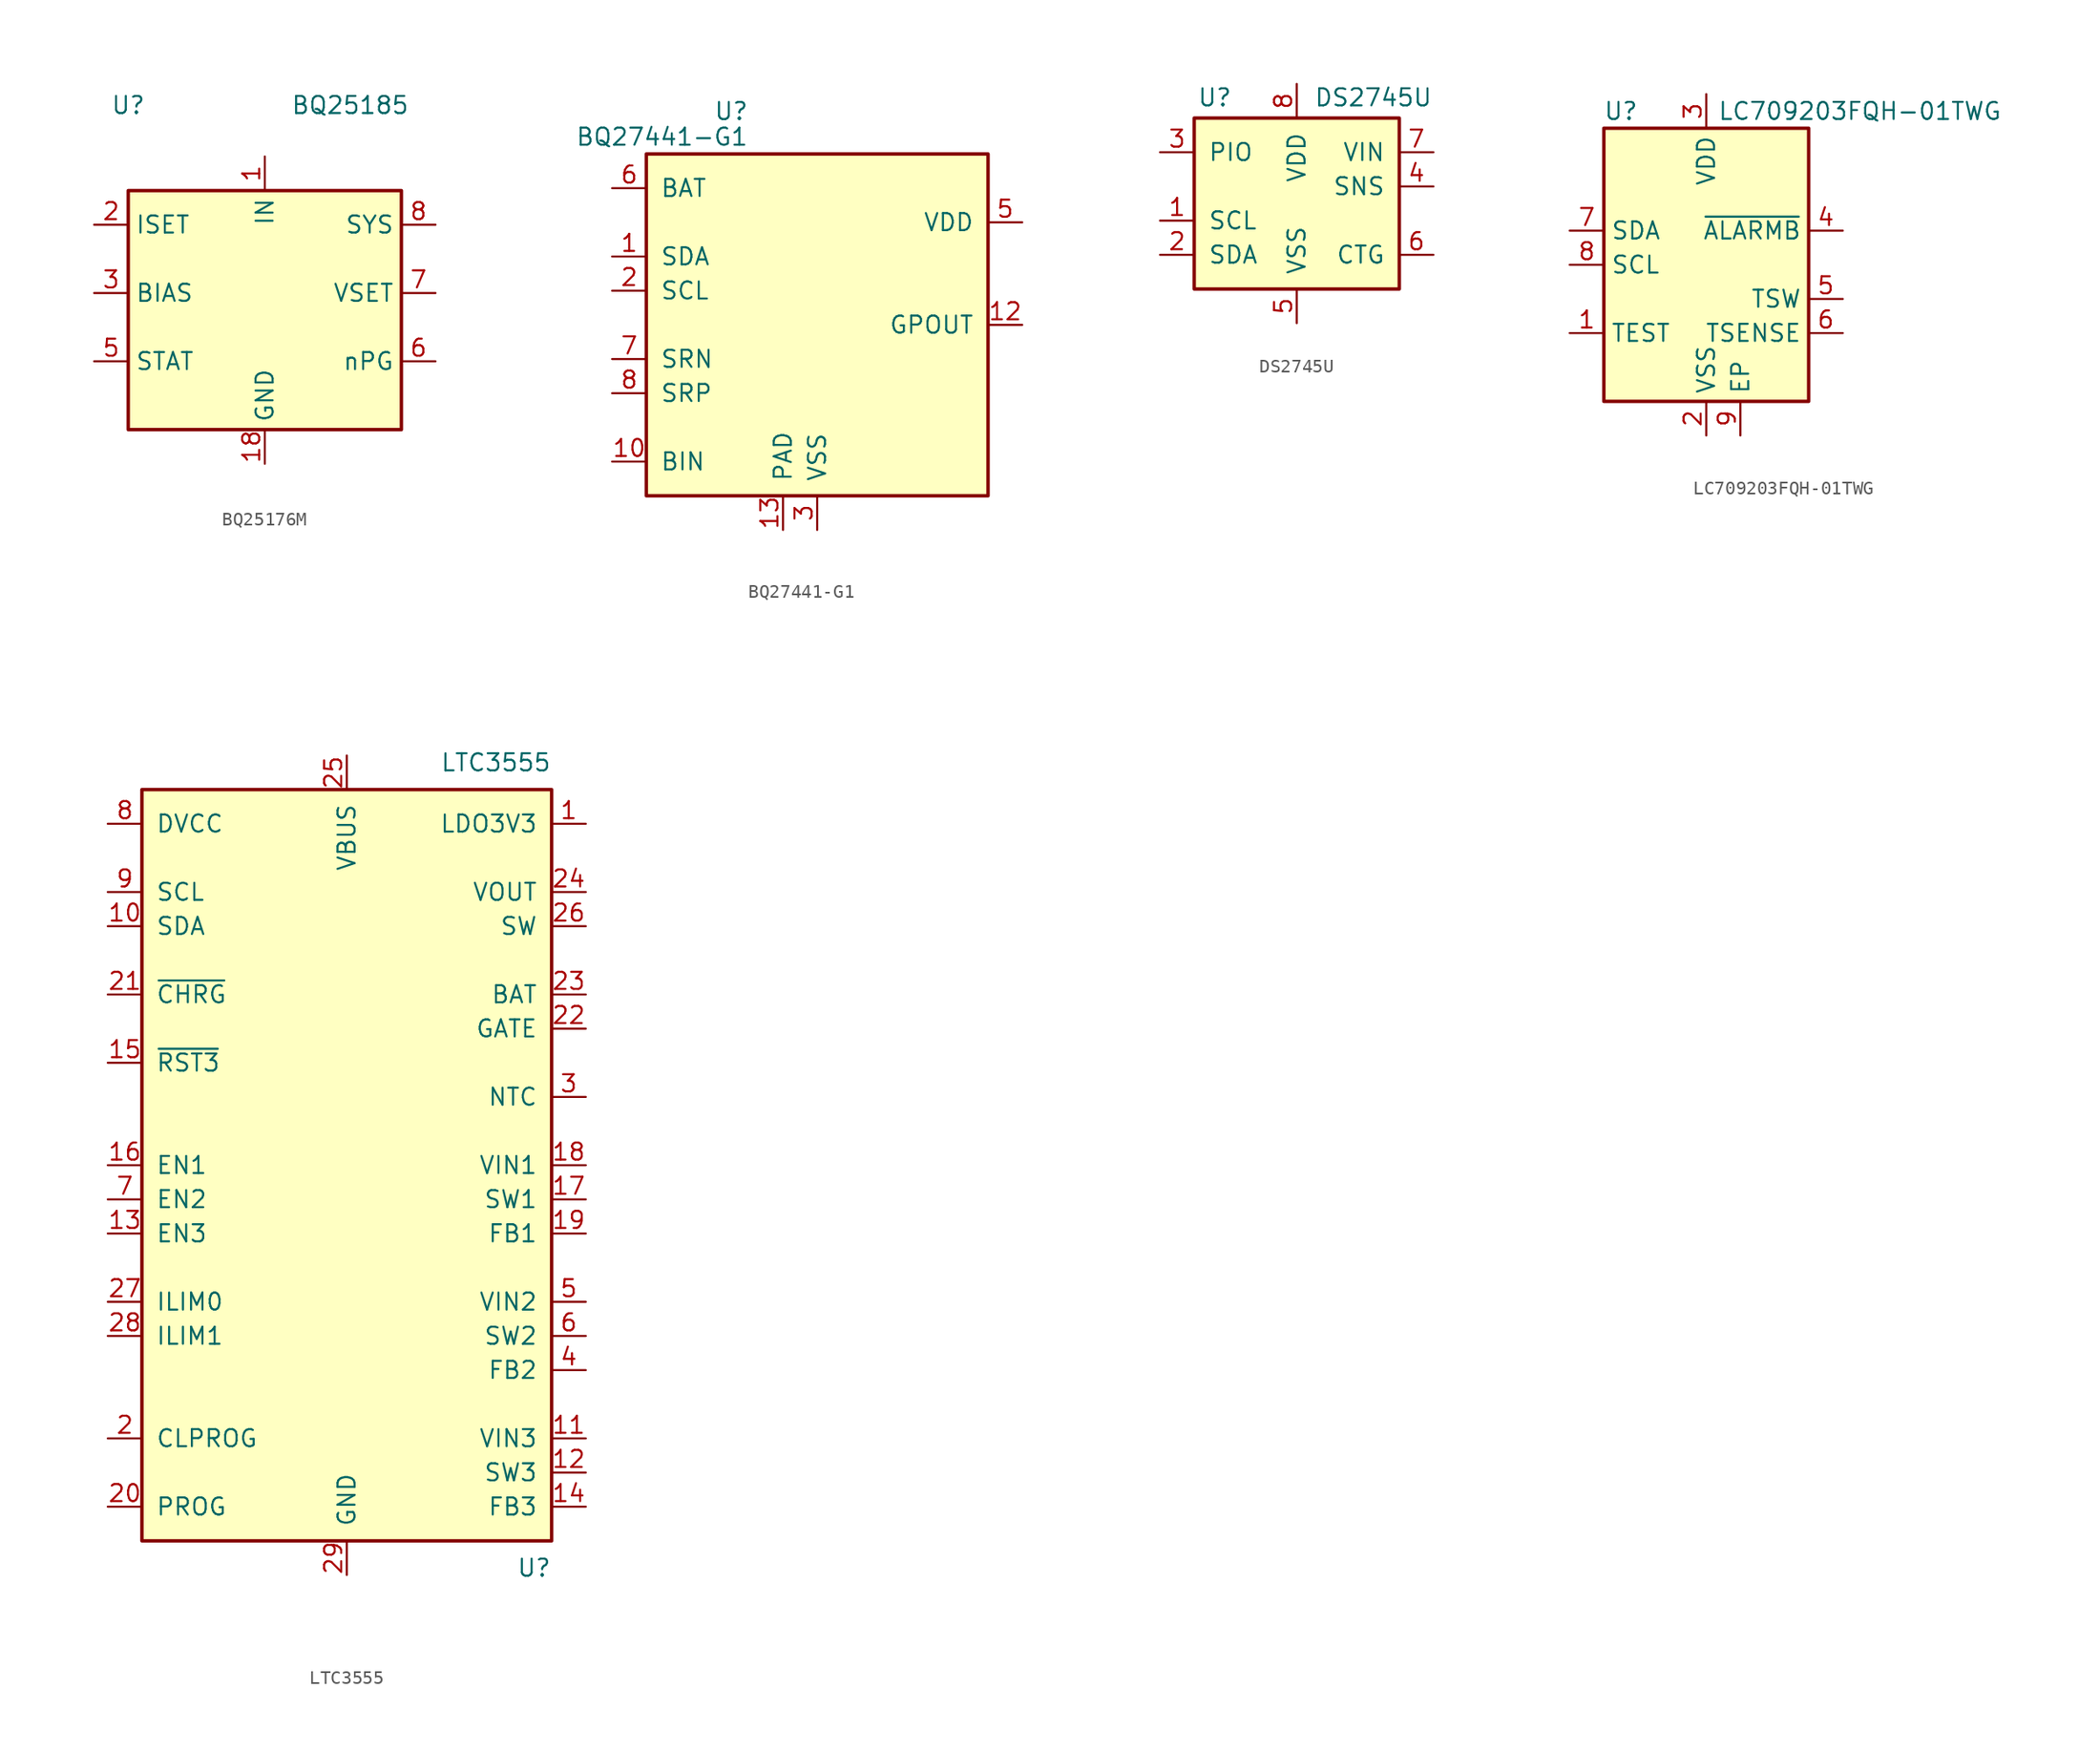
<source format=kicad_sym>
(kicad_symbol_lib
  (version 20220914)
  (generator kicad_symbol_editor)
  (symbol "BQ25176M"
    (property "Reference" "U"
      (at -10.16 16.51 0)
      (effects (font (size 1.27 1.27))))
    (property "Value" "BQ25185"
      (at 6.35 16.51 0)
      (effects (font (size 1.27 1.27))))
    (symbol "BQ25176M_1_1"
      (rectangle (start -10.16 10.16) (end 10.16 -7.62) (stroke (width 0.254) (type default)) (fill (type background)))
      (pin power_in line (at 0 12.7 270) (length 2.54) (name "IN" (effects (font (size 1.27 1.27)))) (number "1" (effects (font (size 1.27 1.27)))))
      (pin power_in line (at 0 -10.16 90) (length 2.54) (name "GND" (effects (font (size 1.27 1.27)))) (number "18" (effects (font (size 1.27 1.27)))))
      (pin input line (at -12.7 7.62 0) (length 2.54) (name "ISET" (effects (font (size 1.27 1.27)))) (number "2" (effects (font (size 1.27 1.27)))))
      (pin input line (at -12.7 2.54 0) (length 2.54) (name "BIAS" (effects (font (size 1.27 1.27)))) (number "3" (effects (font (size 1.27 1.27)))))
      (pin open_collector line (at -12.7 -2.54 0) (length 2.54) (name "STAT" (effects (font (size 1.27 1.27)))) (number "5" (effects (font (size 1.27 1.27)))))
      (pin open_collector line (at 12.7 -2.54 180) (length 2.54) (name "nPG" (effects (font (size 1.27 1.27)))) (number "6" (effects (font (size 1.27 1.27)))))
      (pin input line (at 12.7 2.54 180) (length 2.54) (name "VSET" (effects (font (size 1.27 1.27)))) (number "7" (effects (font (size 1.27 1.27)))))
      (pin power_out line (at 12.7 7.62 180) (length 2.54) (name "SYS" (effects (font (size 1.27 1.27)))) (number "8" (effects (font (size 1.27 1.27)))))))
  (symbol "BQ27441-G1"
    (pin_names
      (offset 1.016))
    (property "Reference" "U"
      (at -5.08 15.875 0)
      (effects (font (size 1.27 1.27)) (justify right)))
    (property "Value" "BQ27441-G1"
      (at -5.08 13.97 0)
      (effects (font (size 1.27 1.27)) (justify right)))
    (symbol "BQ27441-G1_0_1"
      (rectangle (start -12.7 12.7) (end 12.7 -12.7) (stroke (width 0.254) (type default)) (fill (type background))))
    (symbol "BQ27441-G1_1_1"
      (pin bidirectional line (at -15.24 5.08 0) (length 2.54) (name "SDA" (effects (font (size 1.27 1.27)))) (number "1" (effects (font (size 1.27 1.27)))))
      (pin input line (at -15.24 -10.16 0) (length 2.54) (name "BIN" (effects (font (size 1.27 1.27)))) (number "10" (effects (font (size 1.27 1.27)))))
      (pin no_connect line (at 10.16 -2.54 180) (length 2.54) hide (name "NC" (effects (font (size 1.27 1.27)))) (number "11" (effects (font (size 1.27 1.27)))))
      (pin output line (at 15.24 0 180) (length 2.54) (name "GPOUT" (effects (font (size 1.27 1.27)))) (number "12" (effects (font (size 1.27 1.27)))))
      (pin power_in line (at -2.54 -15.24 90) (length 2.54) (name "PAD" (effects (font (size 1.27 1.27)))) (number "13" (effects (font (size 1.27 1.27)))))
      (pin input line (at -15.24 2.54 0) (length 2.54) (name "SCL" (effects (font (size 1.27 1.27)))) (number "2" (effects (font (size 1.27 1.27)))))
      (pin power_in line (at 0 -15.24 90) (length 2.54) (name "VSS" (effects (font (size 1.27 1.27)))) (number "3" (effects (font (size 1.27 1.27)))))
      (pin no_connect line (at 10.16 -7.62 180) (length 2.54) hide (name "NC" (effects (font (size 1.27 1.27)))) (number "4" (effects (font (size 1.27 1.27)))))
      (pin power_out line (at 15.24 7.62 180) (length 2.54) (name "VDD" (effects (font (size 1.27 1.27)))) (number "5" (effects (font (size 1.27 1.27)))))
      (pin power_in line (at -15.24 10.16 0) (length 2.54) (name "BAT" (effects (font (size 1.27 1.27)))) (number "6" (effects (font (size 1.27 1.27)))))
      (pin input line (at -15.24 -2.54 0) (length 2.54) (name "SRN" (effects (font (size 1.27 1.27)))) (number "7" (effects (font (size 1.27 1.27)))))
      (pin input line (at -15.24 -5.08 0) (length 2.54) (name "SRP" (effects (font (size 1.27 1.27)))) (number "8" (effects (font (size 1.27 1.27)))))
      (pin no_connect line (at 10.16 -5.08 180) (length 2.54) hide (name "NC" (effects (font (size 1.27 1.27)))) (number "9" (effects (font (size 1.27 1.27)))))))
  (symbol "DS2745U"
    (pin_names
      (offset 1.016))
    (property "Reference" "U"
      (at -6.096 6.604 0)
      (effects (font (size 1.27 1.27))))
    (property "Value" "DS2745U"
      (at 1.27 6.604 0)
      (effects (font (size 1.27 1.27)) (justify left)))
    (symbol "DS2745U_0_1"
      (rectangle (start -7.62 5.08) (end 7.62 -7.62) (stroke (width 0.254) (type default)) (fill (type background))))
    (symbol "DS2745U_1_1"
      (pin input line (at -10.16 -2.54 0) (length 2.54) (name "SCL" (effects (font (size 1.27 1.27)))) (number "1" (effects (font (size 1.27 1.27)))))
      (pin bidirectional line (at -10.16 -5.08 0) (length 2.54) (name "SDA" (effects (font (size 1.27 1.27)))) (number "2" (effects (font (size 1.27 1.27)))))
      (pin open_collector line (at -10.16 2.54 0) (length 2.54) (name "PIO" (effects (font (size 1.27 1.27)))) (number "3" (effects (font (size 1.27 1.27)))))
      (pin input line (at 10.16 0 180) (length 2.54) (name "SNS" (effects (font (size 1.27 1.27)))) (number "4" (effects (font (size 1.27 1.27)))))
      (pin power_in line (at 0 -10.16 90) (length 2.54) (name "VSS" (effects (font (size 1.27 1.27)))) (number "5" (effects (font (size 1.27 1.27)))))
      (pin input line (at 10.16 -5.08 180) (length 2.54) (name "CTG" (effects (font (size 1.27 1.27)))) (number "6" (effects (font (size 1.27 1.27)))))
      (pin input line (at 10.16 2.54 180) (length 2.54) (name "VIN" (effects (font (size 1.27 1.27)))) (number "7" (effects (font (size 1.27 1.27)))))
      (pin power_in line (at 0 7.62 270) (length 2.54) (name "VDD" (effects (font (size 1.27 1.27)))) (number "8" (effects (font (size 1.27 1.27)))))))
  (symbol "LC709203FQH-01TWG"
    (property "Reference" "U"
      (at -6.35 11.43 0)
      (effects (font (size 1.27 1.27))))
    (property "Value" "LC709203FQH-01TWG"
      (at 11.43 11.43 0)
      (effects (font (size 1.27 1.27))))
    (symbol "LC709203FQH-01TWG_0_1"
      (rectangle (start -7.62 10.16) (end 7.62 -10.16) (stroke (width 0.254) (type default)) (fill (type background))))
    (symbol "LC709203FQH-01TWG_1_1"
      (pin input line (at -10.16 -5.08 0) (length 2.54) (name "TEST" (effects (font (size 1.27 1.27)))) (number "1" (effects (font (size 1.27 1.27)))))
      (pin power_in line (at 0 -12.7 90) (length 2.54) (name "VSS" (effects (font (size 1.27 1.27)))) (number "2" (effects (font (size 1.27 1.27)))))
      (pin power_in line (at 0 12.7 270) (length 2.54) (name "VDD" (effects (font (size 1.27 1.27)))) (number "3" (effects (font (size 1.27 1.27)))))
      (pin open_collector line (at 10.16 2.54 180) (length 2.54) (name "~{ALARMB}" (effects (font (size 1.27 1.27)))) (number "4" (effects (font (size 1.27 1.27)))))
      (pin output line (at 10.16 -2.54 180) (length 2.54) (name "TSW" (effects (font (size 1.27 1.27)))) (number "5" (effects (font (size 1.27 1.27)))))
      (pin input line (at 10.16 -5.08 180) (length 2.54) (name "TSENSE" (effects (font (size 1.27 1.27)))) (number "6" (effects (font (size 1.27 1.27)))))
      (pin bidirectional line (at -10.16 2.54 0) (length 2.54) (name "SDA" (effects (font (size 1.27 1.27)))) (number "7" (effects (font (size 1.27 1.27)))))
      (pin input line (at -10.16 0 0) (length 2.54) (name "SCL" (effects (font (size 1.27 1.27)))) (number "8" (effects (font (size 1.27 1.27)))))
      (pin passive line (at 2.54 -12.7 90) (length 2.54) (name "EP" (effects (font (size 1.27 1.27)))) (number "9" (effects (font (size 1.27 1.27)))))))
  (symbol "LTC3555"
    (pin_names
      (offset 1.016))
    (property "Reference" "U"
      (at 15.24 -29.21 0)
      (effects (font (size 1.27 1.27)) (justify right top)))
    (property "Value" "LTC3555"
      (at 15.24 29.21 0)
      (effects (font (size 1.27 1.27)) (justify right bottom)))
    (symbol "LTC3555_0_1"
      (rectangle (start -15.24 27.94) (end 15.24 -27.94) (stroke (width 0.254) (type default)) (fill (type background))))
    (symbol "LTC3555_1_1"
      (pin power_out line (at 17.78 25.4 180) (length 2.54) (name "LDO3V3" (effects (font (size 1.27 1.27)))) (number "1" (effects (font (size 1.27 1.27)))))
      (pin bidirectional line (at -17.78 17.78 0) (length 2.54) (name "SDA" (effects (font (size 1.27 1.27)))) (number "10" (effects (font (size 1.27 1.27)))))
      (pin power_in line (at 17.78 -20.32 180) (length 2.54) (name "VIN3" (effects (font (size 1.27 1.27)))) (number "11" (effects (font (size 1.27 1.27)))))
      (pin power_out line (at 17.78 -22.86 180) (length 2.54) (name "SW3" (effects (font (size 1.27 1.27)))) (number "12" (effects (font (size 1.27 1.27)))))
      (pin input line (at -17.78 -5.08 0) (length 2.54) (name "EN3" (effects (font (size 1.27 1.27)))) (number "13" (effects (font (size 1.27 1.27)))))
      (pin input line (at 17.78 -25.4 180) (length 2.54) (name "FB3" (effects (font (size 1.27 1.27)))) (number "14" (effects (font (size 1.27 1.27)))))
      (pin open_collector line (at -17.78 7.62 0) (length 2.54) (name "~{RST3}" (effects (font (size 1.27 1.27)))) (number "15" (effects (font (size 1.27 1.27)))))
      (pin input line (at -17.78 0 0) (length 2.54) (name "EN1" (effects (font (size 1.27 1.27)))) (number "16" (effects (font (size 1.27 1.27)))))
      (pin power_out line (at 17.78 -2.54 180) (length 2.54) (name "SW1" (effects (font (size 1.27 1.27)))) (number "17" (effects (font (size 1.27 1.27)))))
      (pin power_in line (at 17.78 0 180) (length 2.54) (name "VIN1" (effects (font (size 1.27 1.27)))) (number "18" (effects (font (size 1.27 1.27)))))
      (pin input line (at 17.78 -5.08 180) (length 2.54) (name "FB1" (effects (font (size 1.27 1.27)))) (number "19" (effects (font (size 1.27 1.27)))))
      (pin passive line (at -17.78 -20.32 0) (length 2.54) (name "CLPROG" (effects (font (size 1.27 1.27)))) (number "2" (effects (font (size 1.27 1.27)))))
      (pin passive line (at -17.78 -25.4 0) (length 2.54) (name "PROG" (effects (font (size 1.27 1.27)))) (number "20" (effects (font (size 1.27 1.27)))))
      (pin open_collector line (at -17.78 12.7 0) (length 2.54) (name "~{CHRG}" (effects (font (size 1.27 1.27)))) (number "21" (effects (font (size 1.27 1.27)))))
      (pin output line (at 17.78 10.16 180) (length 2.54) (name "GATE" (effects (font (size 1.27 1.27)))) (number "22" (effects (font (size 1.27 1.27)))))
      (pin power_out line (at 17.78 12.7 180) (length 2.54) (name "BAT" (effects (font (size 1.27 1.27)))) (number "23" (effects (font (size 1.27 1.27)))))
      (pin power_out line (at 17.78 20.32 180) (length 2.54) (name "VOUT" (effects (font (size 1.27 1.27)))) (number "24" (effects (font (size 1.27 1.27)))))
      (pin power_in line (at 0 30.48 270) (length 2.54) (name "VBUS" (effects (font (size 1.27 1.27)))) (number "25" (effects (font (size 1.27 1.27)))))
      (pin power_out line (at 17.78 17.78 180) (length 2.54) (name "SW" (effects (font (size 1.27 1.27)))) (number "26" (effects (font (size 1.27 1.27)))))
      (pin input line (at -17.78 -10.16 0) (length 2.54) (name "ILIM0" (effects (font (size 1.27 1.27)))) (number "27" (effects (font (size 1.27 1.27)))))
      (pin input line (at -17.78 -12.7 0) (length 2.54) (name "ILIM1" (effects (font (size 1.27 1.27)))) (number "28" (effects (font (size 1.27 1.27)))))
      (pin power_in line (at 0 -30.48 90) (length 2.54) (name "GND" (effects (font (size 1.27 1.27)))) (number "29" (effects (font (size 1.27 1.27)))))
      (pin passive line (at 17.78 5.08 180) (length 2.54) (name "NTC" (effects (font (size 1.27 1.27)))) (number "3" (effects (font (size 1.27 1.27)))))
      (pin input line (at 17.78 -15.24 180) (length 2.54) (name "FB2" (effects (font (size 1.27 1.27)))) (number "4" (effects (font (size 1.27 1.27)))))
      (pin power_in line (at 17.78 -10.16 180) (length 2.54) (name "VIN2" (effects (font (size 1.27 1.27)))) (number "5" (effects (font (size 1.27 1.27)))))
      (pin power_out line (at 17.78 -12.7 180) (length 2.54) (name "SW2" (effects (font (size 1.27 1.27)))) (number "6" (effects (font (size 1.27 1.27)))))
      (pin input line (at -17.78 -2.54 0) (length 2.54) (name "EN2" (effects (font (size 1.27 1.27)))) (number "7" (effects (font (size 1.27 1.27)))))
      (pin power_in line (at -17.78 25.4 0) (length 2.54) (name "DVCC" (effects (font (size 1.27 1.27)))) (number "8" (effects (font (size 1.27 1.27)))))
      (pin input line (at -17.78 20.32 0) (length 2.54) (name "SCL" (effects (font (size 1.27 1.27)))) (number "9" (effects (font (size 1.27 1.27))))))))
</source>
